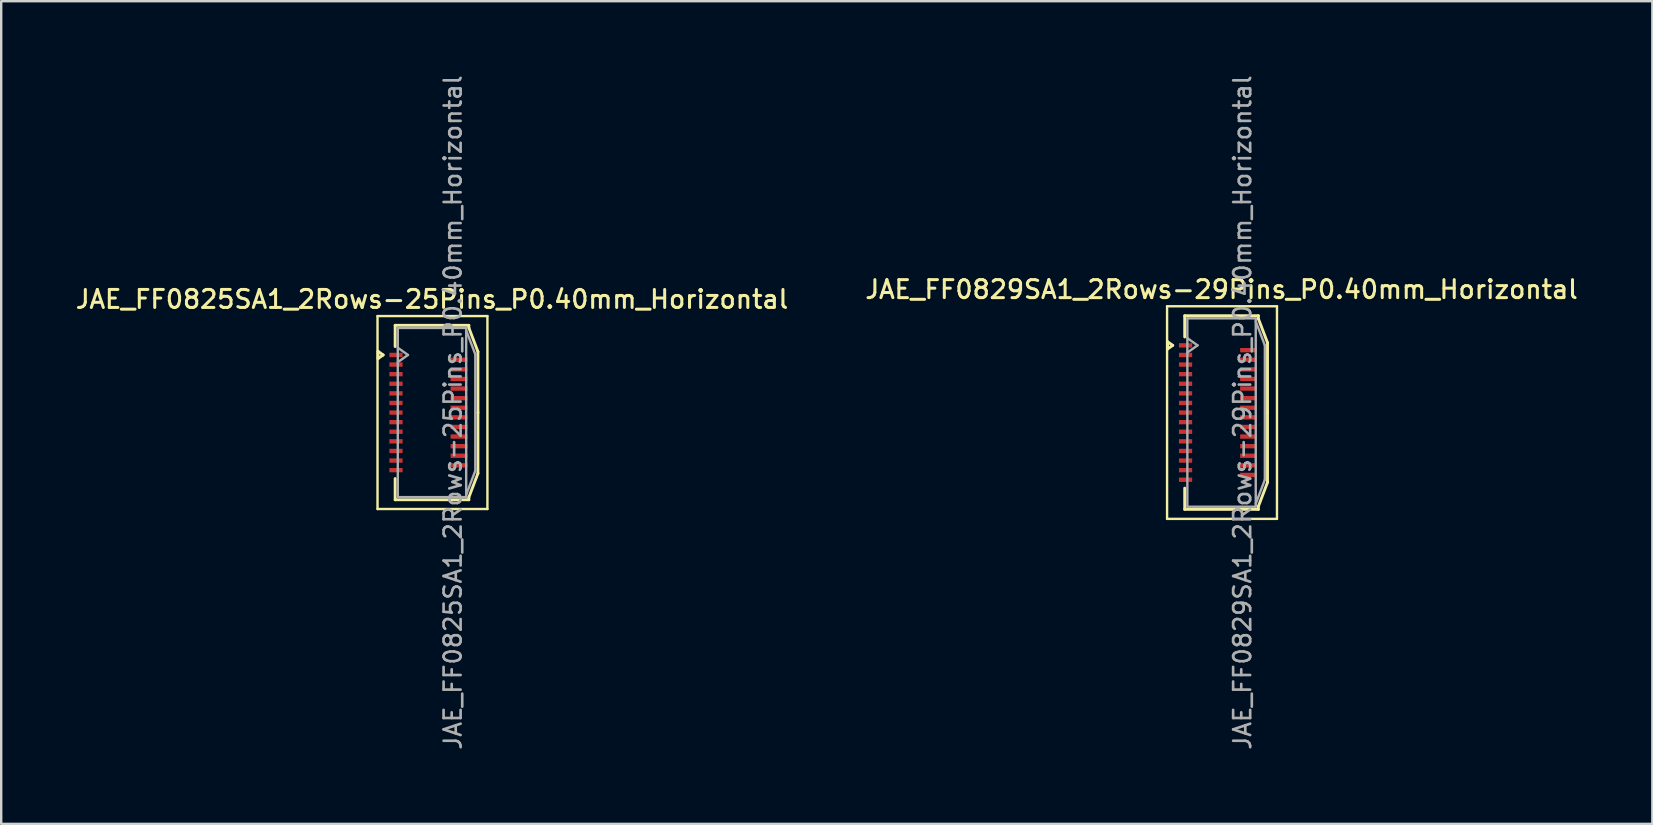
<source format=kicad_pcb>
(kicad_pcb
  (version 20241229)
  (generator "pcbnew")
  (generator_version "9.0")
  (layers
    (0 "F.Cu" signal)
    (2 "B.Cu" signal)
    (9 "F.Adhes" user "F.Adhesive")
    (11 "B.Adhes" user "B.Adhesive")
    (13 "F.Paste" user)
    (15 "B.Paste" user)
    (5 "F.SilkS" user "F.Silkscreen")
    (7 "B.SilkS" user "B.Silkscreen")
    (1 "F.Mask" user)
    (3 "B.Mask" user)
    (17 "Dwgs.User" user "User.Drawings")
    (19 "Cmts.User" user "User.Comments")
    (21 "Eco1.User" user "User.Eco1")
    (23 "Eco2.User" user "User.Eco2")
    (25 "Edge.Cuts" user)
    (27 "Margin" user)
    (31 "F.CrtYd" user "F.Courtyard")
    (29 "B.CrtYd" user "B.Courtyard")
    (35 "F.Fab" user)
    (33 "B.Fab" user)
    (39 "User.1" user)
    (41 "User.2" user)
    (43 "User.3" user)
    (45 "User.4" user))
  (footprint "JAE_FF0829SA1_2Rows-29Pins_P0.40mm_Horizontal"
    (layer "F.Cu")
    (at 47.705 14.142)
    (property "Reference" "JAE_FF0829SA1_2Rows-29Pins_P0.40mm_Horizontal" (at 0.15 -5.13 0) (layer "F.SilkS") (effects (font (size 0.75 0.75) (thickness 0.125))))
    (attr smd)
    (fp_line (start -2.12 -4.43) (end -2.12 4.43) (stroke (width 0.1) (type solid)) (layer "F.SilkS"))
    (fp_line (start -2.12 4.43) (end 2.46 4.43) (stroke (width 0.1) (type solid)) (layer "F.SilkS"))
    (fp_line (start -2.097 -2.95) (end -1.885 -2.8) (stroke (width 0.12) (type solid)) (layer "F.SilkS"))
    (fp_line (start -2.097 -2.65) (end -2.097 -2.95) (stroke (width 0.12) (type solid)) (layer "F.SilkS"))
    (fp_line (start -1.885 -2.8) (end -2.097 -2.65) (stroke (width 0.12) (type solid)) (layer "F.SilkS"))
    (fp_line (start -1.385 -4.035) (end 1.685 -4.035) (stroke (width 0.12) (type solid)) (layer "F.SilkS"))
    (fp_line (start -1.385 -3.15) (end -1.385 -4.035) (stroke (width 0.12) (type solid)) (layer "F.SilkS"))
    (fp_line (start -1.385 3.15) (end -1.385 4.035) (stroke (width 0.12) (type solid)) (layer "F.SilkS"))
    (fp_line (start -1.385 4.035) (end 1.685 4.035) (stroke (width 0.12) (type solid)) (layer "F.SilkS"))
    (fp_line (start 1.685 -4.035) (end 1.685 -3.91) (stroke (width 0.12) (type solid)) (layer "F.SilkS"))
    (fp_line (start 1.685 -3.91) (end 2.065 -2.91) (stroke (width 0.12) (type solid)) (layer "F.SilkS"))
    (fp_line (start 1.685 3.91) (end 2.065 2.91) (stroke (width 0.12) (type solid)) (layer "F.SilkS"))
    (fp_line (start 1.685 4.035) (end 1.685 3.91) (stroke (width 0.12) (type solid)) (layer "F.SilkS"))
    (fp_line (start 2.065 -2.91) (end 2.065 0) (stroke (width 0.12) (type solid)) (layer "F.SilkS"))
    (fp_line (start 2.065 2.91) (end 2.065 0) (stroke (width 0.12) (type solid)) (layer "F.SilkS"))
    (fp_line (start 2.46 -4.43) (end -2.12 -4.43) (stroke (width 0.1) (type solid)) (layer "F.SilkS"))
    (fp_line (start 2.46 4.43) (end 2.46 -4.43) (stroke (width 0.1) (type solid)) (layer "F.SilkS"))
    (fp_line (start -1.275 -3.925) (end -1.275 3.925) (stroke (width 0.1) (type solid)) (layer "F.Fab"))
    (fp_line (start -1.275 -3.1) (end -0.851 -2.8) (stroke (width 0.1) (type solid)) (layer "F.Fab"))
    (fp_line (start -1.275 3.925) (end 1.575 3.925) (stroke (width 0.1) (type solid)) (layer "F.Fab"))
    (fp_line (start -0.851 -2.8) (end -1.275 -2.5) (stroke (width 0.1) (type solid)) (layer "F.Fab"))
    (fp_line (start 1.575 -3.925) (end -1.275 -3.925) (stroke (width 0.1) (type solid)) (layer "F.Fab"))
    (fp_line (start 1.575 -3.8) (end 1.955 -2.8) (stroke (width 0.1) (type solid)) (layer "F.Fab"))
    (fp_line (start 1.575 3.925) (end 1.575 -3.925) (stroke (width 0.1) (type solid)) (layer "F.Fab"))
    (fp_line (start 1.955 -2.8) (end 1.955 2.8) (stroke (width 0.1) (type solid)) (layer "F.Fab"))
    (fp_line (start 1.955 2.8) (end 1.575 3.8) (stroke (width 0.1) (type solid)) (layer "F.Fab"))
    (fp_text user "${REFERENCE}" (at 1.02 0 90) (layer "F.Fab") (effects (font (size 0.71 0.71) (thickness 0.11))))
    (pad "1" smd rect (at -1.35 -2.8) (size 0.55 0.18) (layers "F.Cu" "F.Mask" "F.Paste"))
    (pad "2" smd rect (at 1.275 -2.6) (size 0.7 0.18) (layers "F.Cu" "F.Mask" "F.Paste"))
    (pad "3" smd rect (at -1.35 -2.4) (size 0.55 0.18) (layers "F.Cu" "F.Mask" "F.Paste"))
    (pad "4" smd rect (at 1.275 -2.2) (size 0.7 0.18) (layers "F.Cu" "F.Mask" "F.Paste"))
    (pad "5" smd rect (at -1.35 -2) (size 0.55 0.18) (layers "F.Cu" "F.Mask" "F.Paste"))
    (pad "6" smd rect (at 1.275 -1.8) (size 0.7 0.18) (layers "F.Cu" "F.Mask" "F.Paste"))
    (pad "7" smd rect (at -1.35 -1.6) (size 0.55 0.18) (layers "F.Cu" "F.Mask" "F.Paste"))
    (pad "8" smd rect (at 1.275 -1.4) (size 0.7 0.18) (layers "F.Cu" "F.Mask" "F.Paste"))
    (pad "9" smd rect (at -1.35 -1.2) (size 0.55 0.18) (layers "F.Cu" "F.Mask" "F.Paste"))
    (pad "10" smd rect (at 1.275 -1) (size 0.7 0.18) (layers "F.Cu" "F.Mask" "F.Paste"))
    (pad "11" smd rect (at -1.35 -0.8) (size 0.55 0.18) (layers "F.Cu" "F.Mask" "F.Paste"))
    (pad "12" smd rect (at 1.275 -0.6) (size 0.7 0.18) (layers "F.Cu" "F.Mask" "F.Paste"))
    (pad "13" smd rect (at -1.35 -0.4) (size 0.55 0.18) (layers "F.Cu" "F.Mask" "F.Paste"))
    (pad "14" smd rect (at 1.275 -0.2) (size 0.7 0.18) (layers "F.Cu" "F.Mask" "F.Paste"))
    (pad "15" smd rect (at -1.35 0) (size 0.55 0.18) (layers "F.Cu" "F.Mask" "F.Paste"))
    (pad "16" smd rect (at 1.275 0.2) (size 0.7 0.18) (layers "F.Cu" "F.Mask" "F.Paste"))
    (pad "17" smd rect (at -1.35 0.4) (size 0.55 0.18) (layers "F.Cu" "F.Mask" "F.Paste"))
    (pad "18" smd rect (at 1.275 0.6) (size 0.7 0.18) (layers "F.Cu" "F.Mask" "F.Paste"))
    (pad "19" smd rect (at -1.35 0.8) (size 0.55 0.18) (layers "F.Cu" "F.Mask" "F.Paste"))
    (pad "20" smd rect (at 1.275 1) (size 0.7 0.18) (layers "F.Cu" "F.Mask" "F.Paste"))
    (pad "21" smd rect (at -1.35 1.2) (size 0.55 0.18) (layers "F.Cu" "F.Mask" "F.Paste"))
    (pad "22" smd rect (at 1.275 1.4) (size 0.7 0.18) (layers "F.Cu" "F.Mask" "F.Paste"))
    (pad "23" smd rect (at -1.35 1.6) (size 0.55 0.18) (layers "F.Cu" "F.Mask" "F.Paste"))
    (pad "24" smd rect (at 1.275 1.8) (size 0.7 0.18) (layers "F.Cu" "F.Mask" "F.Paste"))
    (pad "25" smd rect (at -1.35 2) (size 0.55 0.18) (layers "F.Cu" "F.Mask" "F.Paste"))
    (pad "26" smd rect (at 1.275 2.2) (size 0.7 0.18) (layers "F.Cu" "F.Mask" "F.Paste"))
    (pad "27" smd rect (at -1.35 2.4) (size 0.55 0.18) (layers "F.Cu" "F.Mask" "F.Paste"))
    (pad "28" smd rect (at 1.275 2.6) (size 0.7 0.18) (layers "F.Cu" "F.Mask" "F.Paste"))
    (pad "29" smd rect (at -1.35 2.8) (size 0.55 0.18) (layers "F.Cu" "F.Mask" "F.Paste")))
  (footprint "JAE_FF0825SA1_2Rows-25Pins_P0.40mm_Horizontal"
    (layer "F.Cu")
    (at 14.802 14.142)
    (property "Reference" "JAE_FF0825SA1_2Rows-25Pins_P0.40mm_Horizontal" (at 0.15 -4.72 0) (layer "F.SilkS") (effects (font (size 0.75 0.75) (thickness 0.125))))
    (attr smd)
    (fp_line (start -2.12 -4.02) (end -2.12 4.02) (stroke (width 0.1) (type solid)) (layer "F.SilkS"))
    (fp_line (start -2.12 4.02) (end 2.46 4.02) (stroke (width 0.1) (type solid)) (layer "F.SilkS"))
    (fp_line (start -2.097 -2.55) (end -1.885 -2.4) (stroke (width 0.12) (type solid)) (layer "F.SilkS"))
    (fp_line (start -2.097 -2.25) (end -2.097 -2.55) (stroke (width 0.12) (type solid)) (layer "F.SilkS"))
    (fp_line (start -1.885 -2.4) (end -2.097 -2.25) (stroke (width 0.12) (type solid)) (layer "F.SilkS"))
    (fp_line (start -1.385 -3.635) (end 1.685 -3.635) (stroke (width 0.12) (type solid)) (layer "F.SilkS"))
    (fp_line (start -1.385 -2.75) (end -1.385 -3.635) (stroke (width 0.12) (type solid)) (layer "F.SilkS"))
    (fp_line (start -1.385 2.75) (end -1.385 3.635) (stroke (width 0.12) (type solid)) (layer "F.SilkS"))
    (fp_line (start -1.385 3.635) (end 1.685 3.635) (stroke (width 0.12) (type solid)) (layer "F.SilkS"))
    (fp_line (start 1.685 -3.635) (end 1.685 -3.535) (stroke (width 0.12) (type solid)) (layer "F.SilkS"))
    (fp_line (start 1.685 -3.535) (end 2.065 -2.535) (stroke (width 0.12) (type solid)) (layer "F.SilkS"))
    (fp_line (start 1.685 3.535) (end 2.065 2.535) (stroke (width 0.12) (type solid)) (layer "F.SilkS"))
    (fp_line (start 1.685 3.635) (end 1.685 3.535) (stroke (width 0.12) (type solid)) (layer "F.SilkS"))
    (fp_line (start 2.065 -2.535) (end 2.065 0) (stroke (width 0.12) (type solid)) (layer "F.SilkS"))
    (fp_line (start 2.065 2.535) (end 2.065 0) (stroke (width 0.12) (type solid)) (layer "F.SilkS"))
    (fp_line (start 2.46 -4.02) (end -2.12 -4.02) (stroke (width 0.1) (type solid)) (layer "F.SilkS"))
    (fp_line (start 2.46 4.02) (end 2.46 -4.02) (stroke (width 0.1) (type solid)) (layer "F.SilkS"))
    (fp_line (start -1.275 -3.525) (end -1.275 3.525) (stroke (width 0.1) (type solid)) (layer "F.Fab"))
    (fp_line (start -1.275 -2.7) (end -0.851 -2.4) (stroke (width 0.1) (type solid)) (layer "F.Fab"))
    (fp_line (start -1.275 3.525) (end 1.575 3.525) (stroke (width 0.1) (type solid)) (layer "F.Fab"))
    (fp_line (start -0.851 -2.4) (end -1.275 -2.1) (stroke (width 0.1) (type solid)) (layer "F.Fab"))
    (fp_line (start 1.575 -3.525) (end -1.275 -3.525) (stroke (width 0.1) (type solid)) (layer "F.Fab"))
    (fp_line (start 1.575 -3.425) (end 1.955 -2.425) (stroke (width 0.1) (type solid)) (layer "F.Fab"))
    (fp_line (start 1.575 3.525) (end 1.575 -3.525) (stroke (width 0.1) (type solid)) (layer "F.Fab"))
    (fp_line (start 1.955 -2.425) (end 1.955 2.425) (stroke (width 0.1) (type solid)) (layer "F.Fab"))
    (fp_line (start 1.955 2.425) (end 1.575 3.425) (stroke (width 0.1) (type solid)) (layer "F.Fab"))
    (fp_text user "${REFERENCE}" (at 1.02 0 90) (layer "F.Fab") (effects (font (size 0.71 0.71) (thickness 0.11))))
    (pad "1" smd rect (at -1.35 -2.4) (size 0.55 0.18) (layers "F.Cu" "F.Mask" "F.Paste"))
    (pad "2" smd rect (at 1.275 -2.2) (size 0.7 0.18) (layers "F.Cu" "F.Mask" "F.Paste"))
    (pad "3" smd rect (at -1.35 -2) (size 0.55 0.18) (layers "F.Cu" "F.Mask" "F.Paste"))
    (pad "4" smd rect (at 1.275 -1.8) (size 0.7 0.18) (layers "F.Cu" "F.Mask" "F.Paste"))
    (pad "5" smd rect (at -1.35 -1.6) (size 0.55 0.18) (layers "F.Cu" "F.Mask" "F.Paste"))
    (pad "6" smd rect (at 1.275 -1.4) (size 0.7 0.18) (layers "F.Cu" "F.Mask" "F.Paste"))
    (pad "7" smd rect (at -1.35 -1.2) (size 0.55 0.18) (layers "F.Cu" "F.Mask" "F.Paste"))
    (pad "8" smd rect (at 1.275 -1) (size 0.7 0.18) (layers "F.Cu" "F.Mask" "F.Paste"))
    (pad "9" smd rect (at -1.35 -0.8) (size 0.55 0.18) (layers "F.Cu" "F.Mask" "F.Paste"))
    (pad "10" smd rect (at 1.275 -0.6) (size 0.7 0.18) (layers "F.Cu" "F.Mask" "F.Paste"))
    (pad "11" smd rect (at -1.35 -0.4) (size 0.55 0.18) (layers "F.Cu" "F.Mask" "F.Paste"))
    (pad "12" smd rect (at 1.275 -0.2) (size 0.7 0.18) (layers "F.Cu" "F.Mask" "F.Paste"))
    (pad "13" smd rect (at -1.35 0) (size 0.55 0.18) (layers "F.Cu" "F.Mask" "F.Paste"))
    (pad "14" smd rect (at 1.275 0.2) (size 0.7 0.18) (layers "F.Cu" "F.Mask" "F.Paste"))
    (pad "15" smd rect (at -1.35 0.4) (size 0.55 0.18) (layers "F.Cu" "F.Mask" "F.Paste"))
    (pad "16" smd rect (at 1.275 0.6) (size 0.7 0.18) (layers "F.Cu" "F.Mask" "F.Paste"))
    (pad "17" smd rect (at -1.35 0.8) (size 0.55 0.18) (layers "F.Cu" "F.Mask" "F.Paste"))
    (pad "18" smd rect (at 1.275 1) (size 0.7 0.18) (layers "F.Cu" "F.Mask" "F.Paste"))
    (pad "19" smd rect (at -1.35 1.2) (size 0.55 0.18) (layers "F.Cu" "F.Mask" "F.Paste"))
    (pad "20" smd rect (at 1.275 1.4) (size 0.7 0.18) (layers "F.Cu" "F.Mask" "F.Paste"))
    (pad "21" smd rect (at -1.35 1.6) (size 0.55 0.18) (layers "F.Cu" "F.Mask" "F.Paste"))
    (pad "22" smd rect (at 1.275 1.8) (size 0.7 0.18) (layers "F.Cu" "F.Mask" "F.Paste"))
    (pad "23" smd rect (at -1.35 2) (size 0.55 0.18) (layers "F.Cu" "F.Mask" "F.Paste"))
    (pad "24" smd rect (at 1.275 2.2) (size 0.7 0.18) (layers "F.Cu" "F.Mask" "F.Paste"))
    (pad "25" smd rect (at -1.35 2.4) (size 0.55 0.18) (layers "F.Cu" "F.Mask" "F.Paste")))
  (gr_rect
    (start -3 -3)
    (end 65.807 31.284)
    (stroke (width 0.1) (type default))
    (fill no)
    (layer "Edge.Cuts")))
</source>
